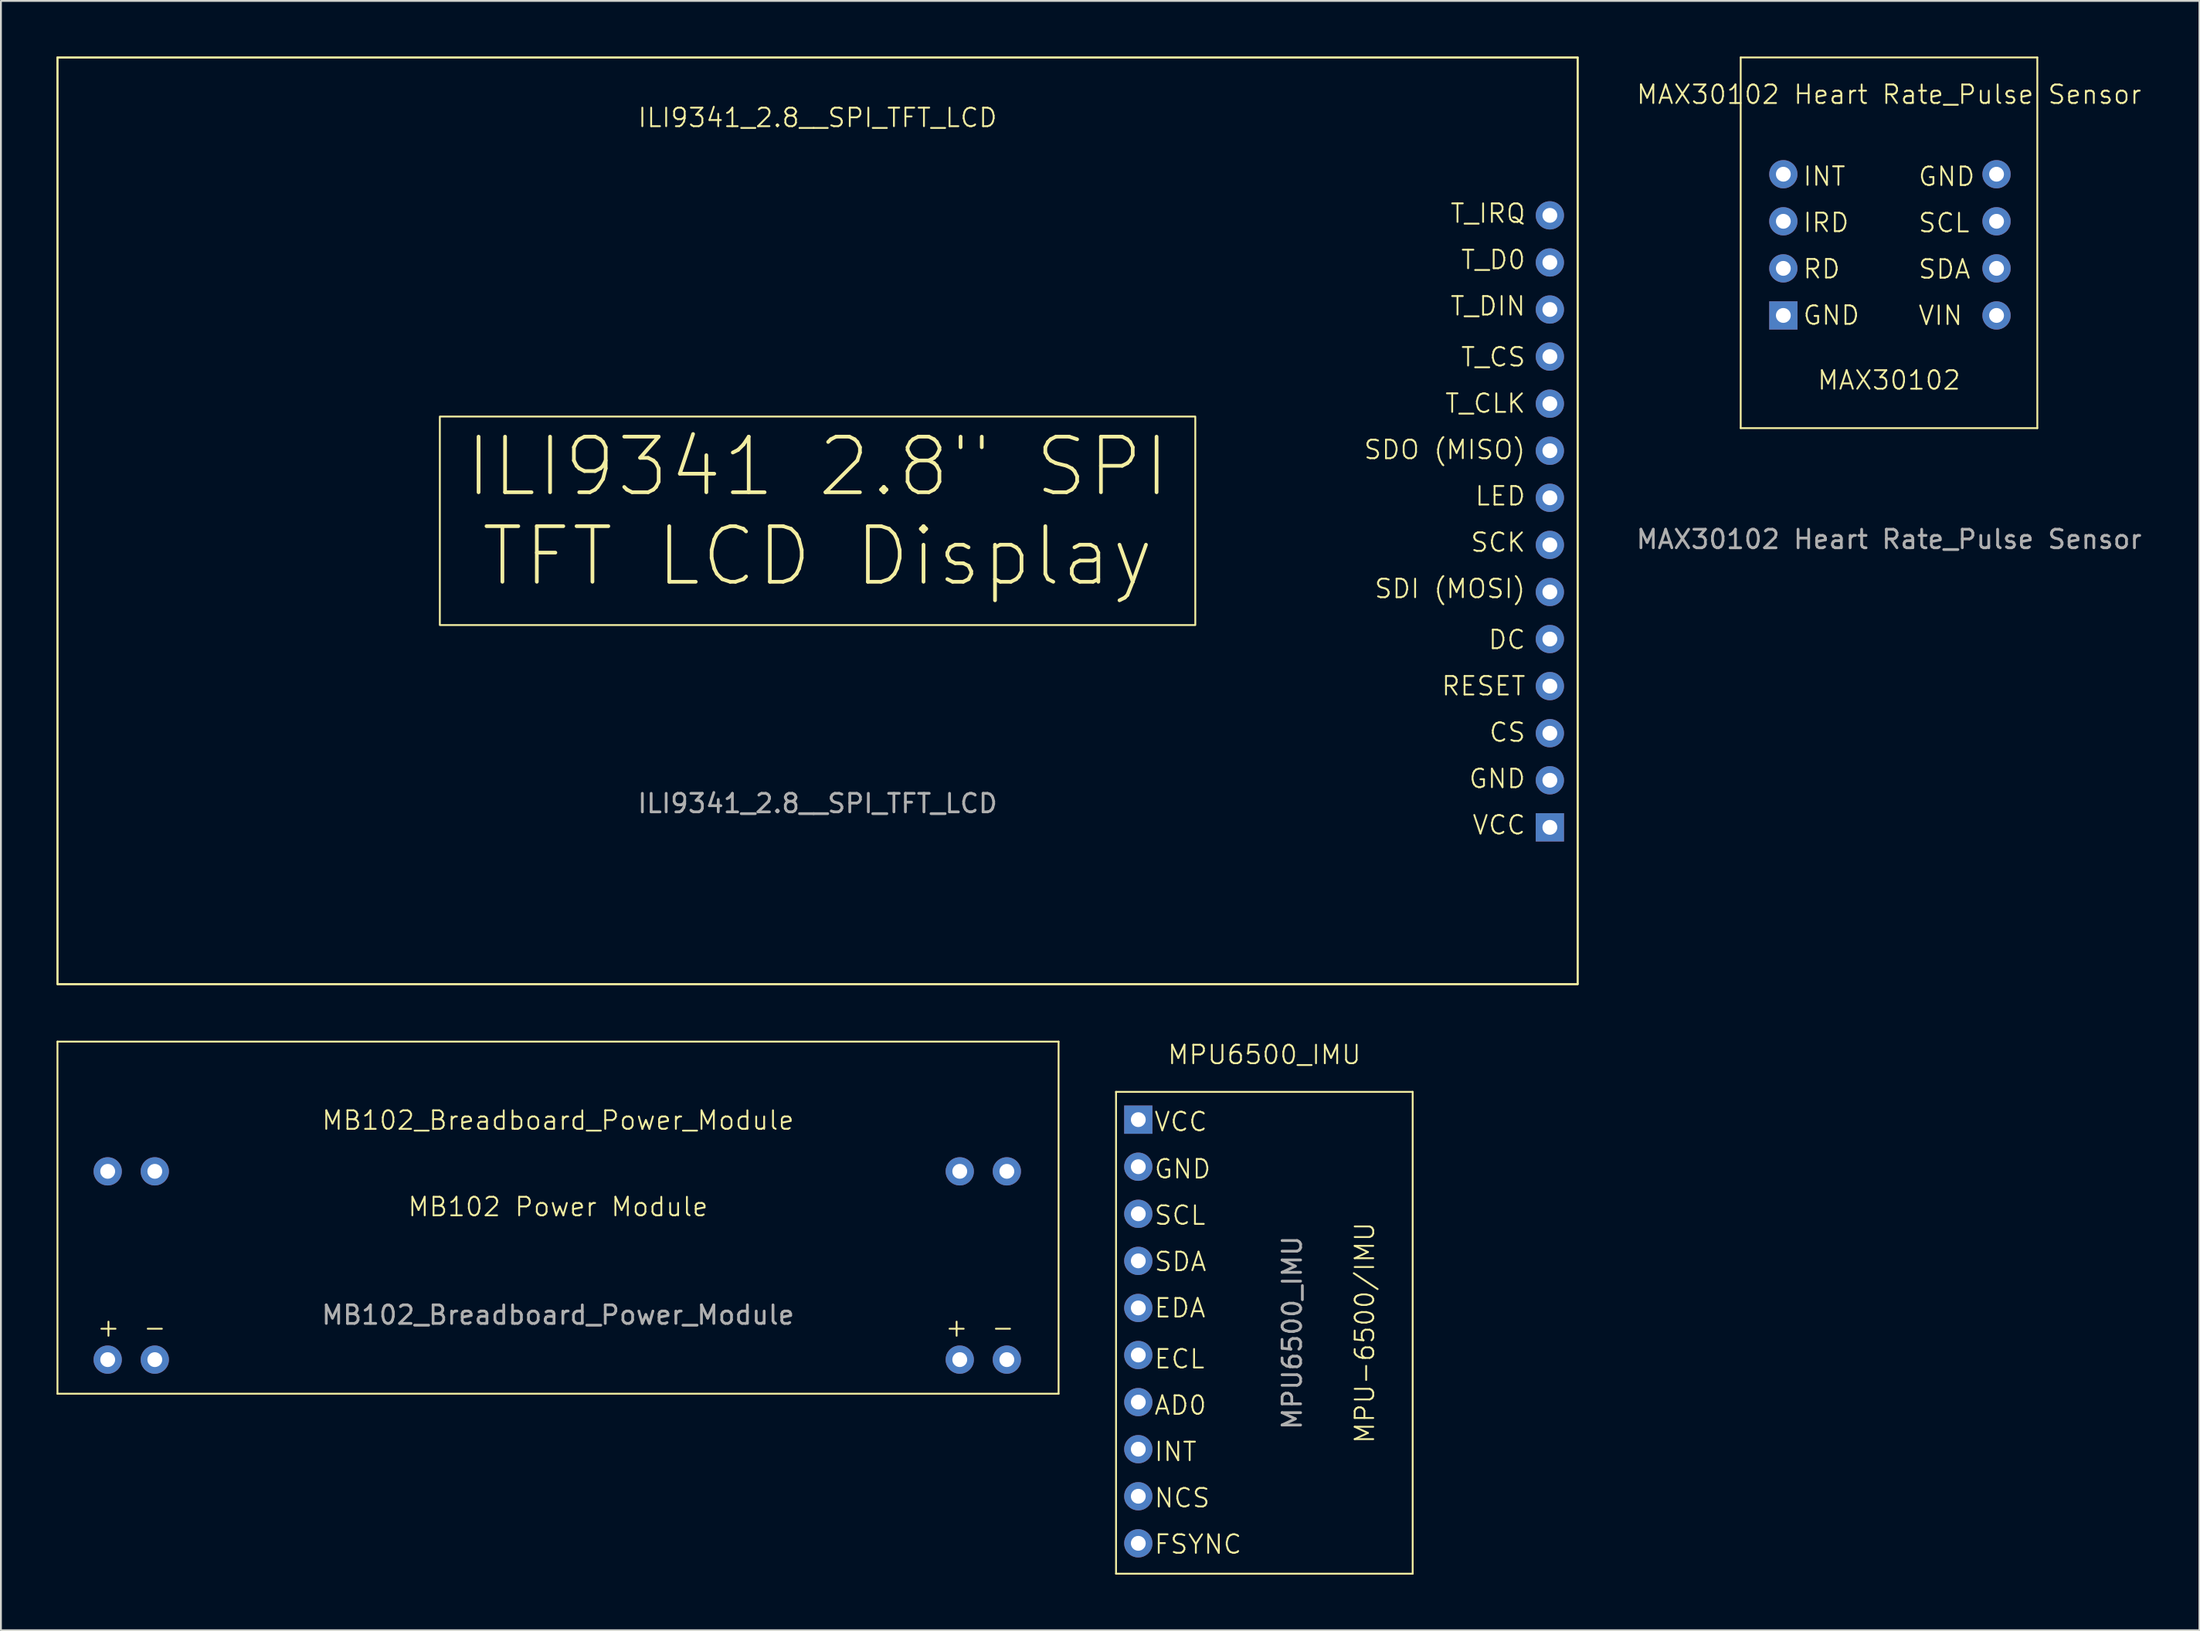
<source format=kicad_pcb>
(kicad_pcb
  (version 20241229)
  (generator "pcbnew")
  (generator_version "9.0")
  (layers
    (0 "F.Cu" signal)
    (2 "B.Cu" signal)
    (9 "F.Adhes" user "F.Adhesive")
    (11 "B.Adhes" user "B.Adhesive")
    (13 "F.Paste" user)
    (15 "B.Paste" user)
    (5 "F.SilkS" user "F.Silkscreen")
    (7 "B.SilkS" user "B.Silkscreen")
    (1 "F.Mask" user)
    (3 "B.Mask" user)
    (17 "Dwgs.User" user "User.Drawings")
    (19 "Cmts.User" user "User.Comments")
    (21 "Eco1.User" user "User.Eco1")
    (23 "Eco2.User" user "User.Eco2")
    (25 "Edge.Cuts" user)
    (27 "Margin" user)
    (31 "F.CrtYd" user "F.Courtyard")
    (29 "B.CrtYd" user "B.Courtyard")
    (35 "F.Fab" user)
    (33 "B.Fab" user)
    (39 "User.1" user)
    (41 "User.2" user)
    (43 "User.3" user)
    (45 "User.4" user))
  (footprint "MAX30102 Heart Rate_Pulse Sensor"
    (layer "F.Cu")
    (at 98.844 10.05)
    (property "Reference" "MAX30102 Heart Rate_Pulse Sensor" (at 0 -8 0) (unlocked yes) (layer "F.SilkS") (effects (font (size 1 1) (thickness 0.1))))
    (fp_line (start -8 -10) (end 8 -10) (stroke (width 0.1) (type default)) (layer "F.SilkS"))
    (fp_line (start -8 10) (end -8 -10) (stroke (width 0.1) (type default)) (layer "F.SilkS"))
    (fp_line (start 8 -10) (end 8 10) (stroke (width 0.1) (type default)) (layer "F.SilkS"))
    (fp_line (start 8 10) (end -8 10) (stroke (width 0.1) (type default)) (layer "F.SilkS"))
    (fp_text user "MAX30102" (at 0 8 0) (unlocked yes) (layer "F.SilkS") (effects (font (size 1 1) (thickness 0.1)) (justify bottom)))
    (fp_text user "GND" (at -4.7 4.5 0) (unlocked yes) (layer "F.SilkS") (effects (font (size 1 1) (thickness 0.1)) (justify left bottom)))
    (fp_text user "SCL" (at 1.52 -0.49 0) (unlocked yes) (layer "F.SilkS") (effects (font (size 1 1) (thickness 0.1)) (justify left bottom)))
    (fp_text user "IRD" (at -4.7 -0.5 0) (unlocked yes) (layer "F.SilkS") (effects (font (size 1 1) (thickness 0.1)) (justify left bottom)))
    (fp_text user "INT" (at -4.7 -3 0) (unlocked yes) (layer "F.SilkS") (effects (font (size 1 1) (thickness 0.1)) (justify left bottom)))
    (fp_text user "GND" (at 1.52 -2.99 0) (unlocked yes) (layer "F.SilkS") (effects (font (size 1 1) (thickness 0.1)) (justify left bottom)))
    (fp_text user "RD" (at -4.7 2 0) (unlocked yes) (layer "F.SilkS") (effects (font (size 1 1) (thickness 0.1)) (justify left bottom)))
    (fp_text user "VIN" (at 1.52 4.51 0) (unlocked yes) (layer "F.SilkS") (effects (font (size 1 1) (thickness 0.1)) (justify left bottom)))
    (fp_text user "SDA" (at 1.52 2.01 0) (unlocked yes) (layer "F.SilkS") (effects (font (size 1 1) (thickness 0.1)) (justify left bottom)))
    (fp_text user "${REFERENCE}" (at 0 16 0) (unlocked yes) (layer "F.Fab") (effects (font (size 1 1) (thickness 0.15))))
    (pad "1" thru_hole rect (at -5.7 3.92) (size 1.524 1.524) (drill 0.8) (layers "*.Cu" "*.Mask"))
    (pad "2" thru_hole circle (at -5.7 1.38) (size 1.524 1.524) (drill 0.8) (layers "*.Cu" "*.Mask"))
    (pad "3" thru_hole circle (at -5.7 -1.16) (size 1.524 1.524) (drill 0.8) (layers "*.Cu" "*.Mask"))
    (pad "4" thru_hole circle (at -5.7 -3.7) (size 1.524 1.524) (drill 0.8) (layers "*.Cu" "*.Mask"))
    (pad "5" thru_hole circle (at 5.8 3.92) (size 1.524 1.524) (drill 0.8) (layers "*.Cu" "*.Mask"))
    (pad "6" thru_hole circle (at 5.8 1.38) (size 1.524 1.524) (drill 0.8) (layers "*.Cu" "*.Mask"))
    (pad "7" thru_hole circle (at 5.8 -1.16) (size 1.524 1.524) (drill 0.8) (layers "*.Cu" "*.Mask"))
    (pad "8" thru_hole circle (at 5.8 -3.7) (size 1.524 1.524) (drill 0.8) (layers "*.Cu" "*.Mask"))
    (zone (net_name "") (layer "F.SilkS") (hatch edge 0.5) (connect_pads) (min_thickness 0.25) (filled_areas_thickness no) (keepout (tracks allowed) (vias allowed) (pads not_allowed) (copperpour allowed) (footprints not_allowed)) (placement (enabled no)) (fill) (polygon (pts (xy 90.844 0.05) (xy 106.844 0.05) (xy 106.844 20.05) (xy 90.844 20.05)))))
  (footprint "MB102_Breadboard_Power_Module"
    (layer "F.Cu")
    (at 27.05 62.65)
    (property "Reference" "MB102_Breadboard_Power_Module" (at 0 -5.25 0) (unlocked yes) (layer "F.SilkS") (effects (font (size 1 1) (thickness 0.1))))
    (fp_line (start -27 -9.5) (end 27 -9.5) (stroke (width 0.1) (type default)) (layer "F.SilkS"))
    (fp_line (start -27 9.5) (end -27 -9.5) (stroke (width 0.1) (type default)) (layer "F.SilkS"))
    (fp_line (start 27 -9.5) (end 27 9.5) (stroke (width 0.1) (type default)) (layer "F.SilkS"))
    (fp_line (start 27 9.5) (end -27 9.5) (stroke (width 0.1) (type default)) (layer "F.SilkS"))
    (fp_text user "-" (at 24 6.5 0) (unlocked yes) (layer "F.SilkS") (effects (font (size 1 1) (thickness 0.1)) (justify bottom)))
    (fp_text user "MB102 Power Module" (at 0 0 0) (unlocked yes) (layer "F.SilkS") (effects (font (size 1 1) (thickness 0.1)) (justify bottom)))
    (fp_text user "+" (at 21.5 6.5 0) (unlocked yes) (layer "F.SilkS") (effects (font (size 1 1) (thickness 0.1)) (justify bottom)))
    (fp_text user "-" (at -21.75 6.5 0) (unlocked yes) (layer "F.SilkS") (effects (font (size 1 1) (thickness 0.1)) (justify bottom)))
    (fp_text user "+" (at -24.25 6.5 0) (unlocked yes) (layer "F.SilkS") (effects (font (size 1 1) (thickness 0.1)) (justify bottom)))
    (fp_text user "${REFERENCE}" (at 0 5.25 0) (unlocked yes) (layer "F.Fab") (effects (font (size 1 1) (thickness 0.15))))
    (pad "1" thru_hole circle (at -24.29 7.66) (size 1.524 1.524) (drill 0.8) (layers "*.Cu" "*.Mask"))
    (pad "2" thru_hole circle (at -21.75 7.66) (size 1.524 1.524) (drill 0.8) (layers "*.Cu" "*.Mask"))
    (pad "3" thru_hole circle (at -24.29 -2.5) (size 1.524 1.524) (drill 0.8) (layers "*.Cu" "*.Mask"))
    (pad "4" thru_hole circle (at -21.75 -2.5) (size 1.524 1.524) (drill 0.8) (layers "*.Cu" "*.Mask"))
    (pad "5" thru_hole circle (at 21.67 7.66) (size 1.524 1.524) (drill 0.8) (layers "*.Cu" "*.Mask"))
    (pad "6" thru_hole circle (at 24.21 7.66) (size 1.524 1.524) (drill 0.8) (layers "*.Cu" "*.Mask"))
    (pad "7" thru_hole circle (at 21.67 -2.5) (size 1.524 1.524) (drill 0.8) (layers "*.Cu" "*.Mask"))
    (pad "8" thru_hole circle (at 24.21 -2.5) (size 1.524 1.524) (drill 0.8) (layers "*.Cu" "*.Mask"))
    (zone (net_name "") (layer "F.SilkS") (hatch edge 0.5) (connect_pads) (min_thickness 0.25) (filled_areas_thickness no) (keepout (tracks allowed) (vias allowed) (pads not_allowed) (copperpour allowed) (footprints not_allowed)) (placement (enabled no)) (fill) (polygon (pts (xy 0.05 53.15) (xy 54.05 53.15) (xy 54.05 72.15) (xy 0.05 72.15)))))
  (footprint "ILI9341_2.8__SPI_TFT_LCD"
    (layer "F.Cu")
    (at 41.05 25.05)
    (property "Reference" "ILI9341_2.8__SPI_TFT_LCD" (at 0 -21.75 0) (unlocked yes) (layer "F.SilkS") (effects (font (size 1 1) (thickness 0.1))))
    (fp_line (start -41 -25) (end 41 -25) (stroke (width 0.1) (type default)) (layer "F.SilkS"))
    (fp_line (start -41 25) (end -41 -25) (stroke (width 0.1) (type default)) (layer "F.SilkS"))
    (fp_line (start 41 -25) (end 41 25) (stroke (width 0.1) (type default)) (layer "F.SilkS"))
    (fp_line (start 41 25) (end -41 25) (stroke (width 0.1) (type default)) (layer "F.SilkS"))
    (fp_rect (start -41 -25) (end 41 25) (stroke (width 0.1) (type default)) (fill no) (layer "F.SilkS"))
    (fp_text user "T_D0" (at 38.25 -13.5 0) (unlocked yes) (layer "F.SilkS") (effects (font (size 1 1) (thickness 0.1)) (justify right bottom)))
    (fp_text user "DC" (at 38.25 7 0) (unlocked yes) (layer "F.SilkS") (effects (font (size 1 1) (thickness 0.1)) (justify right bottom)))
    (fp_text user "RESET" (at 38.25 9.5 0) (unlocked yes) (layer "F.SilkS") (effects (font (size 1 1) (thickness 0.1)) (justify right bottom)))
    (fp_text user "LED" (at 38.25 -0.75 0) (unlocked yes) (layer "F.SilkS") (effects (font (size 1 1) (thickness 0.1)) (justify right bottom)))
    (fp_text user "T_DIN" (at 38.25 -11 0) (unlocked yes) (layer "F.SilkS") (effects (font (size 1 1) (thickness 0.1)) (justify right bottom)))
    (fp_text user "T_CLK" (at 38.25 -5.75 0) (unlocked yes) (layer "F.SilkS") (effects (font (size 1 1) (thickness 0.1)) (justify right bottom)))
    (fp_text user "CS" (at 38.25 12 0) (unlocked yes) (layer "F.SilkS") (effects (font (size 1 1) (thickness 0.1)) (justify right bottom)))
    (fp_text user "GND" (at 38.25 14.5 0) (unlocked yes) (layer "F.SilkS") (effects (font (size 1 1) (thickness 0.1)) (justify right bottom)))
    (fp_text user "SDO (MISO)" (at 38.25 -3.25 0) (unlocked yes) (layer "F.SilkS") (effects (font (size 1 1) (thickness 0.1)) (justify right bottom)))
    (fp_text user "T_CS" (at 38.25 -8.25 0) (unlocked yes) (layer "F.SilkS") (effects (font (size 1 1) (thickness 0.1)) (justify right bottom)))
    (fp_text user "T_IRQ" (at 38.25 -16 0) (unlocked yes) (layer "F.SilkS") (effects (font (size 1 1) (thickness 0.1)) (justify right bottom)))
    (fp_text user "VCC" (at 38.25 17 0) (unlocked yes) (layer "F.SilkS") (effects (font (size 1 1) (thickness 0.1)) (justify right bottom)))
    (fp_text user "SCK" (at 38.25 1.75 0) (unlocked yes) (layer "F.SilkS") (effects (font (size 1 1) (thickness 0.1)) (justify right bottom)))
    (fp_text user "SDI (MOSI)" (at 38.25 4.25 0) (unlocked yes) (layer "F.SilkS") (effects (font (size 1 1) (thickness 0.1)) (justify right bottom)))
    (fp_text user "${REFERENCE}" (at 0 15.25 0) (unlocked yes) (layer "F.Fab") (effects (font (size 1 1) (thickness 0.15))))
    (fp_text_box "ILI9341 2.8{dblquote} SPI TFT LCD Display" (start -20.375 -5.625) (end 20.375 5.625) (margins 1.002 1.002 1.002 1.002) (layer "F.SilkS") (effects (font (size 3 3) (thickness 0.2) (bold yes)) (justify top)) (border yes) (stroke (width 0.1) (type solid)))
    (pad "1" thru_hole circle (at 39.5 -16.48) (size 1.524 1.524) (drill 0.8) (layers "*.Cu" "*.Mask"))
    (pad "2" thru_hole circle (at 39.5 -13.94) (size 1.524 1.524) (drill 0.8) (layers "*.Cu" "*.Mask"))
    (pad "3" thru_hole circle (at 39.5 -11.4) (size 1.524 1.524) (drill 0.8) (layers "*.Cu" "*.Mask"))
    (pad "4" thru_hole circle (at 39.5 -8.86) (size 1.524 1.524) (drill 0.8) (layers "*.Cu" "*.Mask"))
    (pad "5" thru_hole circle (at 39.5 -6.32) (size 1.524 1.524) (drill 0.8) (layers "*.Cu" "*.Mask"))
    (pad "6" thru_hole circle (at 39.5 -3.78) (size 1.524 1.524) (drill 0.8) (layers "*.Cu" "*.Mask"))
    (pad "7" thru_hole circle (at 39.5 -1.24) (size 1.524 1.524) (drill 0.8) (layers "*.Cu" "*.Mask"))
    (pad "8" thru_hole circle (at 39.5 1.3) (size 1.524 1.524) (drill 0.8) (layers "*.Cu" "*.Mask"))
    (pad "9" thru_hole circle (at 39.5 3.84) (size 1.524 1.524) (drill 0.8) (layers "*.Cu" "*.Mask"))
    (pad "10" thru_hole circle (at 39.5 6.38) (size 1.524 1.524) (drill 0.8) (layers "*.Cu" "*.Mask"))
    (pad "11" thru_hole circle (at 39.5 8.92) (size 1.524 1.524) (drill 0.8) (layers "*.Cu" "*.Mask"))
    (pad "12" thru_hole circle (at 39.5 11.46) (size 1.524 1.524) (drill 0.8) (layers "*.Cu" "*.Mask"))
    (pad "13" thru_hole circle (at 39.5 14) (size 1.524 1.524) (drill 0.8) (layers "*.Cu" "*.Mask"))
    (pad "14" thru_hole rect (at 39.5 16.54) (size 1.524 1.524) (drill 0.8) (layers "*.Cu" "*.Mask"))
    (zone (net_name "") (layer "F.SilkS") (hatch edge 0.5) (connect_pads) (min_thickness 0.25) (filled_areas_thickness no) (keepout (tracks allowed) (vias allowed) (pads not_allowed) (copperpour allowed) (footprints not_allowed)) (placement (enabled no)) (fill) (polygon (pts (xy 0.05 0.05) (xy 82.05 0.05) (xy 82.05 50.05) (xy 0.05 50.05)))))
  (footprint "MPU6500_IMU"
    (layer "F.Cu")
    (at 65.15 68.861)
    (property "Reference" "MPU6500_IMU" (at 0 -15 0) (unlocked yes) (layer "F.SilkS") (effects (font (size 1 1) (thickness 0.1))))
    (fp_line (start -8 -13) (end 8 -13) (stroke (width 0.1) (type default)) (layer "F.SilkS"))
    (fp_line (start -8 13) (end -8 -13) (stroke (width 0.1) (type default)) (layer "F.SilkS"))
    (fp_line (start 8 -13) (end 8 13) (stroke (width 0.1) (type default)) (layer "F.SilkS"))
    (fp_line (start 8 13) (end -8 13) (stroke (width 0.1) (type default)) (layer "F.SilkS"))
    (fp_text user "GND" (at -6 -8.25 0) (unlocked yes) (layer "F.SilkS") (effects (font (size 1 1) (thickness 0.1)) (justify left bottom)))
    (fp_text user "VCC" (at -6 -10.8 0) (unlocked yes) (layer "F.SilkS") (effects (font (size 1 1) (thickness 0.1)) (justify left bottom)))
    (fp_text user "NCS" (at -6 9.5 0) (unlocked yes) (layer "F.SilkS") (effects (font (size 1 1) (thickness 0.1)) (justify left bottom)))
    (fp_text user "SDA" (at -6 -3.25 0) (unlocked yes) (layer "F.SilkS") (effects (font (size 1 1) (thickness 0.1)) (justify left bottom)))
    (fp_text user "FSYNC" (at -6 12 0) (unlocked yes) (layer "F.SilkS") (effects (font (size 1 1) (thickness 0.1)) (justify left bottom)))
    (fp_text user "SCL" (at -6 -5.75 0) (unlocked yes) (layer "F.SilkS") (effects (font (size 1 1) (thickness 0.1)) (justify left bottom)))
    (fp_text user "ECL" (at -6 2 0) (unlocked yes) (layer "F.SilkS") (effects (font (size 1 1) (thickness 0.1)) (justify left bottom)))
    (fp_text user "AD0" (at -6 4.5 0) (unlocked yes) (layer "F.SilkS") (effects (font (size 1 1) (thickness 0.1)) (justify left bottom)))
    (fp_text user "INT" (at -6 7 0) (unlocked yes) (layer "F.SilkS") (effects (font (size 1 1) (thickness 0.1)) (justify left bottom)))
    (fp_text user "MPU-6500/IMU" (at 6 0 90) (unlocked yes) (layer "F.SilkS") (effects (font (size 1 1) (thickness 0.1)) (justify bottom)))
    (fp_text user "EDA" (at -6 -0.75 0) (unlocked yes) (layer "F.SilkS") (effects (font (size 1 1) (thickness 0.1)) (justify left bottom)))
    (fp_text user "${REFERENCE}" (at 1.5 0 90) (unlocked yes) (layer "F.Fab") (effects (font (size 1 1) (thickness 0.15))))
    (pad "1" thru_hole rect (at -6.8 -11.5) (size 1.524 1.524) (drill 0.8) (layers "*.Cu" "*.Mask"))
    (pad "2" thru_hole circle (at -6.8 -8.96) (size 1.524 1.524) (drill 0.8) (layers "*.Cu" "*.Mask"))
    (pad "3" thru_hole circle (at -6.8 -6.42) (size 1.524 1.524) (drill 0.8) (layers "*.Cu" "*.Mask"))
    (pad "4" thru_hole circle (at -6.8 -3.88) (size 1.524 1.524) (drill 0.8) (layers "*.Cu" "*.Mask"))
    (pad "5" thru_hole circle (at -6.8 -1.34) (size 1.524 1.524) (drill 0.8) (layers "*.Cu" "*.Mask"))
    (pad "6" thru_hole circle (at -6.8 1.2) (size 1.524 1.524) (drill 0.8) (layers "*.Cu" "*.Mask"))
    (pad "7" thru_hole circle (at -6.8 3.74) (size 1.524 1.524) (drill 0.8) (layers "*.Cu" "*.Mask"))
    (pad "8" thru_hole circle (at -6.8 6.28) (size 1.524 1.524) (drill 0.8) (layers "*.Cu" "*.Mask"))
    (pad "9" thru_hole circle (at -6.8 8.82) (size 1.524 1.524) (drill 0.8) (layers "*.Cu" "*.Mask"))
    (pad "10" thru_hole circle (at -6.8 11.36) (size 1.524 1.524) (drill 0.8) (layers "*.Cu" "*.Mask"))
    (zone (net_name "") (layer "F.SilkS") (hatch edge 0.5) (connect_pads) (min_thickness 0.25) (filled_areas_thickness no) (keepout (tracks allowed) (vias allowed) (pads not_allowed) (copperpour allowed) (footprints not_allowed)) (placement (enabled no)) (fill) (polygon (pts (xy 57.15 55.861) (xy 73.15 55.861) (xy 73.15 81.861) (xy 57.15 81.861)))))
  (gr_rect
    (start -3 -3)
    (end 115.588 84.91)
    (stroke (width 0.1) (type default))
    (fill no)
    (layer "Edge.Cuts")))
</source>
